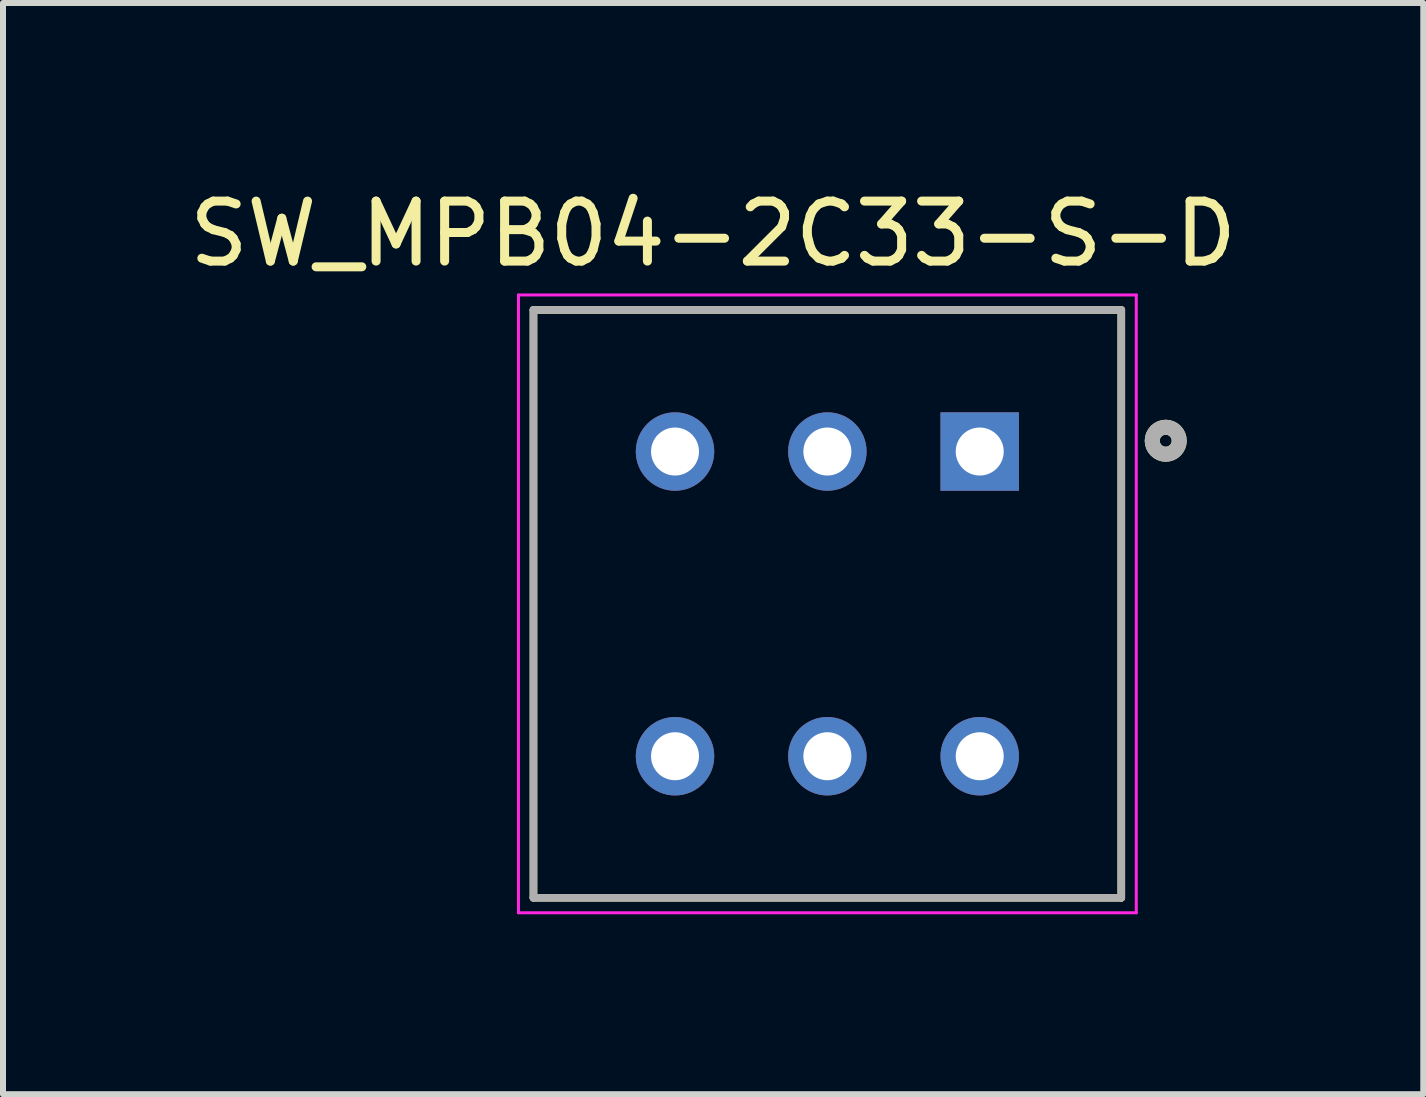
<source format=kicad_pcb>
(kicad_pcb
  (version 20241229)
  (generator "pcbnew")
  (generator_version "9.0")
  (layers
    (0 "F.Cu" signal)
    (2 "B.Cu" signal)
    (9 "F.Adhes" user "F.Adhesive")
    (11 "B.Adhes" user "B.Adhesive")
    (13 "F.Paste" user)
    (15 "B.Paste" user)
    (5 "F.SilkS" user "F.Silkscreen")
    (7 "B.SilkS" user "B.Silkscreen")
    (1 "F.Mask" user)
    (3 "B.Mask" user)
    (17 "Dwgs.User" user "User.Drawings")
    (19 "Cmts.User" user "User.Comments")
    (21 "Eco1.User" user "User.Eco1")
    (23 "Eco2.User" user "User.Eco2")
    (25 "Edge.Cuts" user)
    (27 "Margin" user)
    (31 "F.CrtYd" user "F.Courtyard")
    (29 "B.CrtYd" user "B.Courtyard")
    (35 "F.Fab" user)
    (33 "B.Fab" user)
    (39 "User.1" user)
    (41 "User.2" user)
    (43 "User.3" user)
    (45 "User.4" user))
  (footprint "SW_MPB04-2C33-S-D"
    (layer "F.Cu")
    (at 10.744 7.018)
    (property "Reference" "SW_MPB04-2C33-S-D" (at -1.905 -6.17 0) (layer "F.SilkS") (effects (font (size 1 1) (thickness 0.15))))
    (attr through_hole)
    (fp_line (start -4.9 -4.9) (end -4.9 4.9) (stroke (width 0.127) (type solid)) (layer "F.SilkS"))
    (fp_line (start -4.9 -4.9) (end 4.9 -4.9) (stroke (width 0.127) (type solid)) (layer "F.SilkS"))
    (fp_line (start -4.9 4.9) (end 4.9 4.9) (stroke (width 0.127) (type solid)) (layer "F.SilkS"))
    (fp_line (start 4.9 -4.9) (end 4.9 4.9) (stroke (width 0.127) (type solid)) (layer "F.SilkS"))
    (fp_circle (center 5.641 -2.72) (end 5.741 -2.72) (stroke (width 0.25) (type solid)) (fill no) (layer "F.SilkS"))
    (fp_line (start -5.15 -5.15) (end -5.15 5.15) (stroke (width 0.05) (type solid)) (layer "F.CrtYd"))
    (fp_line (start -5.15 -5.15) (end 5.15 -5.15) (stroke (width 0.05) (type solid)) (layer "F.CrtYd"))
    (fp_line (start -5.15 5.15) (end 5.15 5.15) (stroke (width 0.05) (type solid)) (layer "F.CrtYd"))
    (fp_line (start 5.15 -5.15) (end 5.15 5.15) (stroke (width 0.05) (type solid)) (layer "F.CrtYd"))
    (fp_line (start -4.9 -4.9) (end -4.9 4.9) (stroke (width 0.127) (type solid)) (layer "F.Fab"))
    (fp_line (start -4.9 -4.9) (end 4.9 -4.9) (stroke (width 0.127) (type solid)) (layer "F.Fab"))
    (fp_line (start -4.9 4.9) (end 4.9 4.9) (stroke (width 0.127) (type solid)) (layer "F.Fab"))
    (fp_line (start 4.9 -4.9) (end 4.9 4.9) (stroke (width 0.127) (type solid)) (layer "F.Fab"))
    (fp_circle (center 5.641 -2.72) (end 5.741 -2.72) (stroke (width 0.25) (type solid)) (fill no) (layer "F.Fab"))
    (pad "1" thru_hole rect (at 2.54 -2.54) (size 1.308 1.308) (drill 0.8) (layers "*.Cu" "*.Mask"))
    (pad "2" thru_hole circle (at 0 -2.54) (size 1.308 1.308) (drill 0.8) (layers "*.Cu" "*.Mask"))
    (pad "3" thru_hole circle (at -2.54 -2.54) (size 1.308 1.308) (drill 0.8) (layers "*.Cu" "*.Mask"))
    (pad "4" thru_hole circle (at 2.54 2.54) (size 1.308 1.308) (drill 0.8) (layers "*.Cu" "*.Mask"))
    (pad "5" thru_hole circle (at 0 2.54) (size 1.308 1.308) (drill 0.8) (layers "*.Cu" "*.Mask"))
    (pad "6" thru_hole circle (at -2.54 2.54) (size 1.308 1.308) (drill 0.8) (layers "*.Cu" "*.Mask")))
  (gr_rect
    (start -3 -3)
    (end 20.679 15.193)
    (stroke (width 0.1) (type default))
    (fill no)
    (layer "Edge.Cuts")))
</source>
